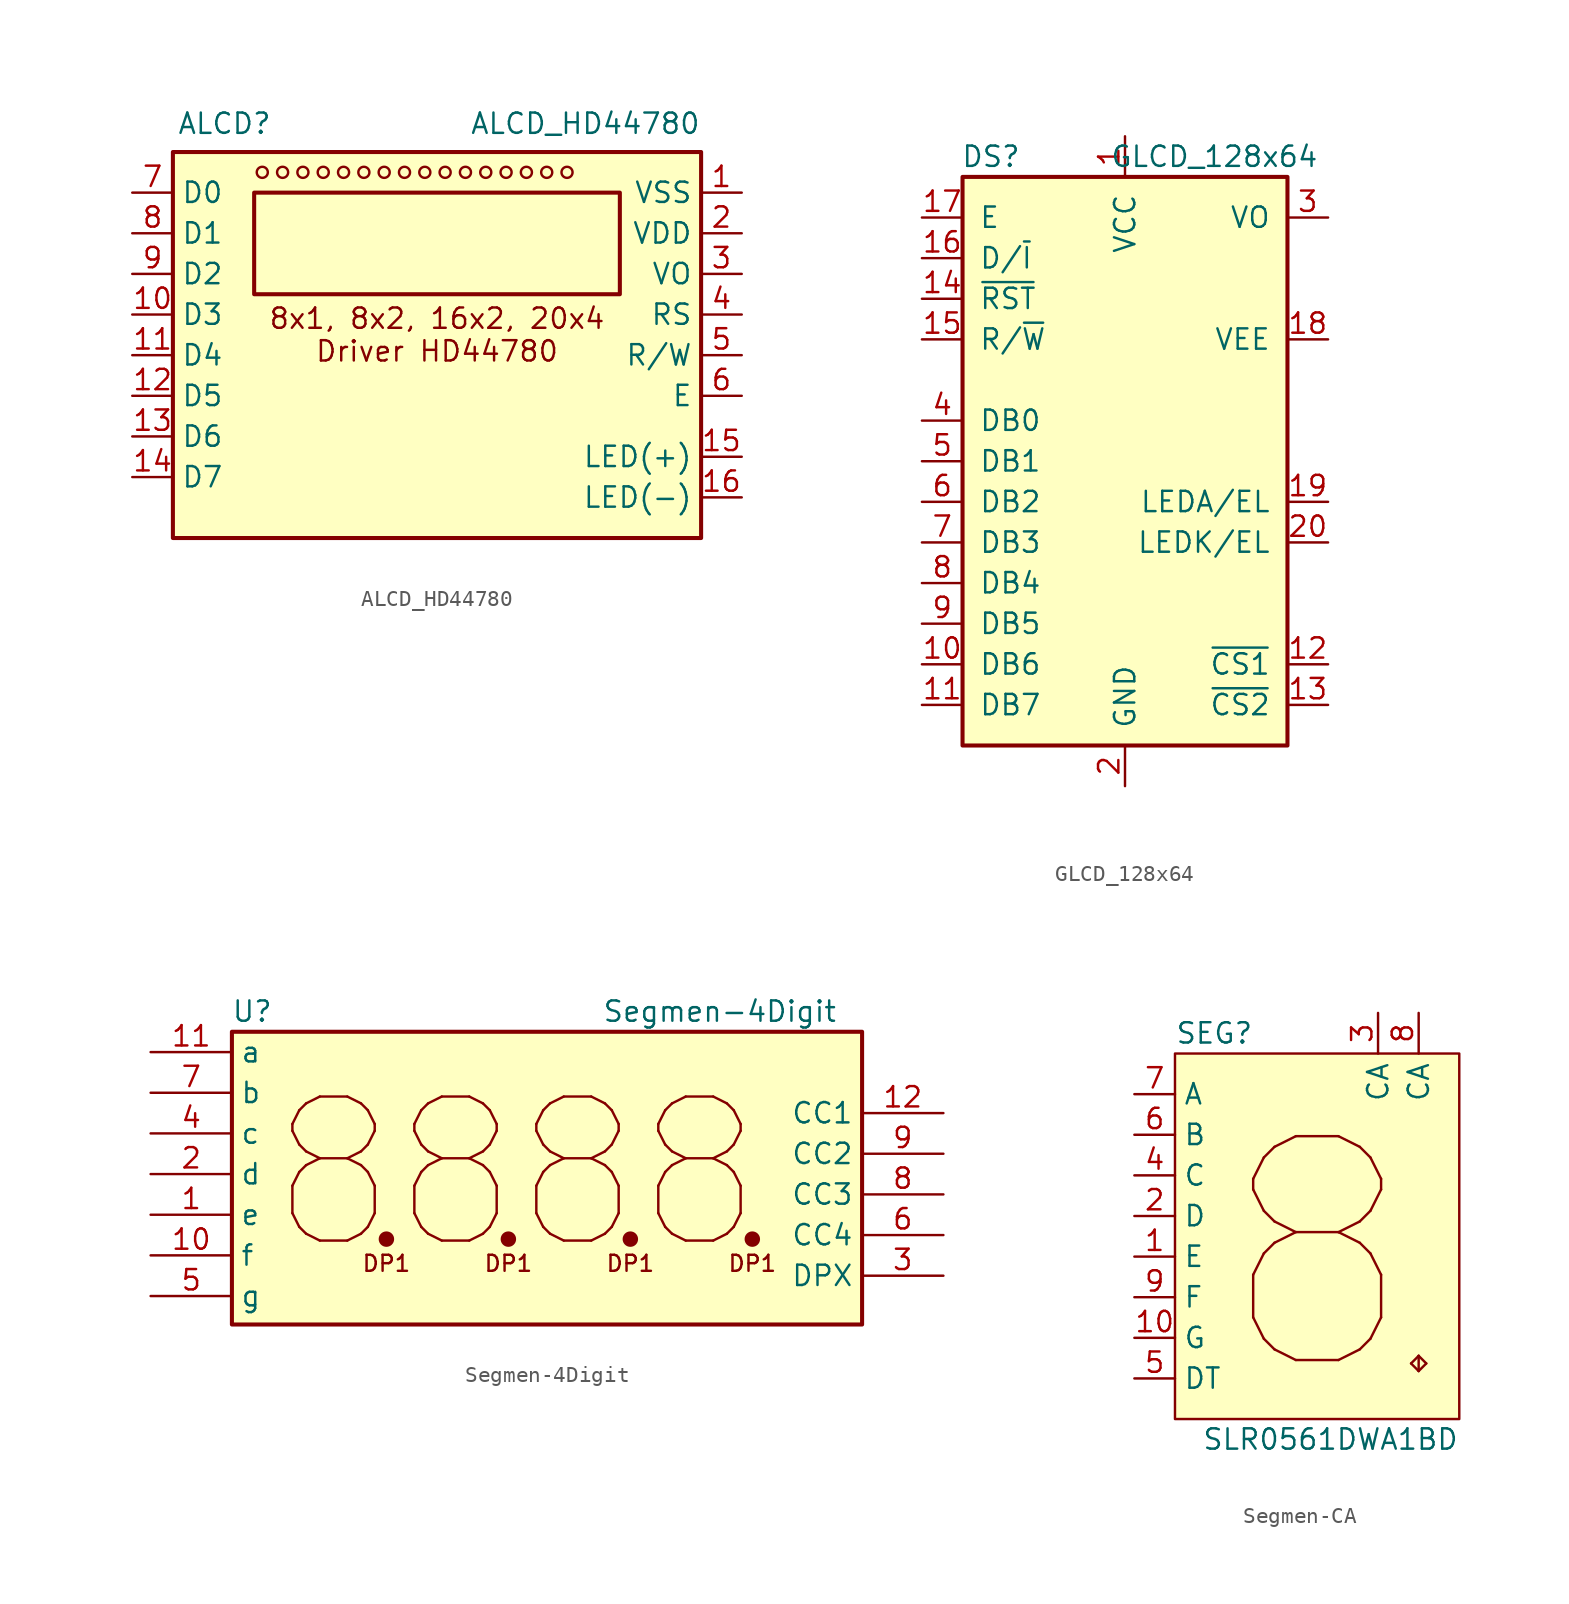
<source format=kicad_sym>
(kicad_symbol_lib
  (version 20220914)
  (generator kicad_symbol_editor)
  (symbol "ALCD_HD44780"
    (property "Reference" "ALCD"
      (at -16.256 14.478 0)
      (do_not_autoplace)
      (effects (font (size 1.27 1.27)) (justify left)))
    (property "Value" "ALCD_HD44780"
      (at 16.51 14.478 0)
      (do_not_autoplace)
      (effects (font (size 1.27 1.27)) (justify right)))
    (symbol "ALCD_HD44780_0_1"
      (circle (center -10.922 11.43) (radius 0.346) (stroke (width 0) (type default)) (fill (type none)))
      (circle (center -9.652 11.43) (radius 0.346) (stroke (width 0) (type default)) (fill (type none)))
      (circle (center -8.382 11.43) (radius 0.346) (stroke (width 0) (type default)) (fill (type none)))
      (circle (center -7.112 11.43) (radius 0.346) (stroke (width 0) (type default)) (fill (type none)))
      (circle (center -5.842 11.43) (radius 0.346) (stroke (width 0) (type default)) (fill (type none)))
      (circle (center -4.572 11.43) (radius 0.346) (stroke (width 0) (type default)) (fill (type none)))
      (circle (center -3.302 11.43) (radius 0.346) (stroke (width 0) (type default)) (fill (type none)))
      (circle (center -2.032 11.43) (radius 0.346) (stroke (width 0) (type default)) (fill (type none)))
      (circle (center -0.762 11.43) (radius 0.346) (stroke (width 0) (type default)) (fill (type none)))
      (circle (center 0.508 11.43) (radius 0.346) (stroke (width 0) (type default)) (fill (type none)))
      (circle (center 1.778 11.43) (radius 0.346) (stroke (width 0) (type default)) (fill (type none)))
      (circle (center 3.048 11.43) (radius 0.346) (stroke (width 0) (type default)) (fill (type none)))
      (circle (center 4.318 11.43) (radius 0.346) (stroke (width 0) (type default)) (fill (type none)))
      (circle (center 5.588 11.43) (radius 0.346) (stroke (width 0) (type default)) (fill (type none)))
      (circle (center 6.858 11.43) (radius 0.346) (stroke (width 0) (type default)) (fill (type none)))
      (circle (center 8.128 11.43) (radius 0.346) (stroke (width 0) (type default)) (fill (type none))))
    (symbol "ALCD_HD44780_1_1"
      (rectangle (start -16.51 12.7) (end 16.51 -11.43) (stroke (width 0.254) (type default)) (fill (type background)))
      (rectangle (start -11.43 10.16) (end 11.43 3.81) (stroke (width 0.254) (type default)) (fill (type none)))
      (text "8x1, 8x2, 16x2, 20x4\nDriver HD44780" (at 0 1.27 0) (effects (font (size 1.27 1.27))))
      (pin power_in line (at 19.05 10.16 180) (length 2.54) (name "VSS" (effects (font (size 1.27 1.27)))) (number "1" (effects (font (size 1.27 1.27)))))
      (pin input line (at -19.05 2.54 0) (length 2.54) (name "D3" (effects (font (size 1.27 1.27)))) (number "10" (effects (font (size 1.27 1.27)))))
      (pin input line (at -19.05 0 0) (length 2.54) (name "D4" (effects (font (size 1.27 1.27)))) (number "11" (effects (font (size 1.27 1.27)))))
      (pin input line (at -19.05 -2.54 0) (length 2.54) (name "D5" (effects (font (size 1.27 1.27)))) (number "12" (effects (font (size 1.27 1.27)))))
      (pin input line (at -19.05 -5.08 0) (length 2.54) (name "D6" (effects (font (size 1.27 1.27)))) (number "13" (effects (font (size 1.27 1.27)))))
      (pin input line (at -19.05 -7.62 0) (length 2.54) (name "D7" (effects (font (size 1.27 1.27)))) (number "14" (effects (font (size 1.27 1.27)))))
      (pin power_in line (at 19.05 -6.35 180) (length 2.54) (name "LED(+)" (effects (font (size 1.27 1.27)))) (number "15" (effects (font (size 1.27 1.27)))))
      (pin power_in line (at 19.05 -8.89 180) (length 2.54) (name "LED(-)" (effects (font (size 1.27 1.27)))) (number "16" (effects (font (size 1.27 1.27)))))
      (pin power_in line (at 19.05 7.62 180) (length 2.54) (name "VDD" (effects (font (size 1.27 1.27)))) (number "2" (effects (font (size 1.27 1.27)))))
      (pin input line (at 19.05 5.08 180) (length 2.54) (name "VO" (effects (font (size 1.27 1.27)))) (number "3" (effects (font (size 1.27 1.27)))))
      (pin input line (at 19.05 2.54 180) (length 2.54) (name "RS" (effects (font (size 1.27 1.27)))) (number "4" (effects (font (size 1.27 1.27)))))
      (pin input line (at 19.05 0 180) (length 2.54) (name "R/W" (effects (font (size 1.27 1.27)))) (number "5" (effects (font (size 1.27 1.27)))))
      (pin input line (at 19.05 -2.54 180) (length 2.54) (name "E" (effects (font (size 1.27 1.27)))) (number "6" (effects (font (size 1.27 1.27)))))
      (pin input line (at -19.05 10.16 0) (length 2.54) (name "D0" (effects (font (size 1.27 1.27)))) (number "7" (effects (font (size 1.27 1.27)))))
      (pin input line (at -19.05 7.62 0) (length 2.54) (name "D1" (effects (font (size 1.27 1.27)))) (number "8" (effects (font (size 1.27 1.27)))))
      (pin input line (at -19.05 5.08 0) (length 2.54) (name "D2" (effects (font (size 1.27 1.27)))) (number "9" (effects (font (size 1.27 1.27)))))))
  (symbol "GLCD_128x64"
    (pin_names
      (offset 1.016))
    (property "Reference" "DS"
      (at -8.382 19.05 0)
      (effects (font (size 1.27 1.27))))
    (property "Value" "GLCD_128x64"
      (at 5.588 19.05 0)
      (effects (font (size 1.27 1.27))))
    (symbol "GLCD_128x64_1_1"
      (rectangle (start -10.16 17.78) (end 10.16 -17.78) (stroke (width 0.254) (type default)) (fill (type background)))
      (pin power_in line (at 0 20.32 270) (length 2.54) (name "VCC" (effects (font (size 1.27 1.27)))) (number "1" (effects (font (size 1.27 1.27)))))
      (pin bidirectional line (at -12.7 -12.7 0) (length 2.54) (name "DB6" (effects (font (size 1.27 1.27)))) (number "10" (effects (font (size 1.27 1.27)))))
      (pin bidirectional line (at -12.7 -15.24 0) (length 2.54) (name "DB7" (effects (font (size 1.27 1.27)))) (number "11" (effects (font (size 1.27 1.27)))))
      (pin input line (at 12.7 -12.7 180) (length 2.54) (name "~{CS1}" (effects (font (size 1.27 1.27)))) (number "12" (effects (font (size 1.27 1.27)))))
      (pin input line (at 12.7 -15.24 180) (length 2.54) (name "~{CS2}" (effects (font (size 1.27 1.27)))) (number "13" (effects (font (size 1.27 1.27)))))
      (pin input line (at -12.7 10.16 0) (length 2.54) (name "~{RST}" (effects (font (size 1.27 1.27)))) (number "14" (effects (font (size 1.27 1.27)))))
      (pin input line (at -12.7 7.62 0) (length 2.54) (name "R/~{W}" (effects (font (size 1.27 1.27)))) (number "15" (effects (font (size 1.27 1.27)))))
      (pin input line (at -12.7 12.7 0) (length 2.54) (name "D/~{I}" (effects (font (size 1.27 1.27)))) (number "16" (effects (font (size 1.27 1.27)))))
      (pin input line (at -12.7 15.24 0) (length 2.54) (name "E" (effects (font (size 1.27 1.27)))) (number "17" (effects (font (size 1.27 1.27)))))
      (pin passive line (at 12.7 7.62 180) (length 2.54) (name "VEE" (effects (font (size 1.27 1.27)))) (number "18" (effects (font (size 1.27 1.27)))))
      (pin passive line (at 12.7 -2.54 180) (length 2.54) (name "LEDA/EL" (effects (font (size 1.27 1.27)))) (number "19" (effects (font (size 1.27 1.27)))))
      (pin power_in line (at 0 -20.32 90) (length 2.54) (name "GND" (effects (font (size 1.27 1.27)))) (number "2" (effects (font (size 1.27 1.27)))))
      (pin passive line (at 12.7 -5.08 180) (length 2.54) (name "LEDK/EL" (effects (font (size 1.27 1.27)))) (number "20" (effects (font (size 1.27 1.27)))))
      (pin passive line (at 12.7 15.24 180) (length 2.54) (name "VO" (effects (font (size 1.27 1.27)))) (number "3" (effects (font (size 1.27 1.27)))))
      (pin bidirectional line (at -12.7 2.54 0) (length 2.54) (name "DB0" (effects (font (size 1.27 1.27)))) (number "4" (effects (font (size 1.27 1.27)))))
      (pin bidirectional line (at -12.7 0 0) (length 2.54) (name "DB1" (effects (font (size 1.27 1.27)))) (number "5" (effects (font (size 1.27 1.27)))))
      (pin bidirectional line (at -12.7 -2.54 0) (length 2.54) (name "DB2" (effects (font (size 1.27 1.27)))) (number "6" (effects (font (size 1.27 1.27)))))
      (pin bidirectional line (at -12.7 -5.08 0) (length 2.54) (name "DB3" (effects (font (size 1.27 1.27)))) (number "7" (effects (font (size 1.27 1.27)))))
      (pin bidirectional line (at -12.7 -7.62 0) (length 2.54) (name "DB4" (effects (font (size 1.27 1.27)))) (number "8" (effects (font (size 1.27 1.27)))))
      (pin bidirectional line (at -12.7 -10.16 0) (length 2.54) (name "DB5" (effects (font (size 1.27 1.27)))) (number "9" (effects (font (size 1.27 1.27)))))))
  (symbol "Segmen-4Digit"
    (property "Reference" "U"
      (at -16.51 11.43 0)
      (do_not_autoplace)
      (effects (font (size 1.27 1.27))))
    (property "Value" "Segmen-4Digit"
      (at 12.7 11.43 0)
      (do_not_autoplace)
      (effects (font (size 1.27 1.27))))
    (symbol "Segmen-4Digit_0_1"
      (circle (center -8.128 -2.794) (radius 0.356) (stroke (width 0.254) (type default)) (fill (type outline)))
      (circle (center -0.508 -2.794) (radius 0.356) (stroke (width 0.254) (type default)) (fill (type outline)))
      (circle (center 7.112 -2.794) (radius 0.356) (stroke (width 0.254) (type default)) (fill (type outline)))
      (circle (center 14.732 -2.794) (radius 0.356) (stroke (width 0.254) (type default)) (fill (type outline))))
    (symbol "Segmen-4Digit_1_0"
      (rectangle (start -17.78 10.16) (end 21.59 -8.128) (stroke (width 0.254) (type default)) (fill (type background)))
      (text "8" (at -11.43 1.27 0) (effects (font (size 9 9))))
      (text "8" (at -3.81 1.27 0) (effects (font (size 9 9))))
      (text "8" (at 3.81 1.27 0) (effects (font (size 9 9))))
      (text "8" (at 11.43 1.27 0) (effects (font (size 9 9))))
      (text "DP1" (at -8.128 -4.318 0) (effects (font (size 1 1))))
      (text "DP1" (at -0.508 -4.318 0) (effects (font (size 1 1))))
      (text "DP1" (at 7.112 -4.318 0) (effects (font (size 1 1))))
      (text "DP1" (at 14.732 -4.318 0) (effects (font (size 1 1)))))
    (symbol "Segmen-4Digit_1_1"
      (pin input line (at -22.86 -1.27 0) (length 5.08) (name "e" (effects (font (size 1.27 1.27)))) (number "1" (effects (font (size 1.27 1.27)))))
      (pin input line (at -22.86 -3.81 0) (length 5.08) (name "f" (effects (font (size 1.27 1.27)))) (number "10" (effects (font (size 1.27 1.27)))))
      (pin input line (at -22.86 8.89 0) (length 5.08) (name "a" (effects (font (size 1.27 1.27)))) (number "11" (effects (font (size 1.27 1.27)))))
      (pin input line (at 26.67 5.08 180) (length 5.08) (name "CC1" (effects (font (size 1.27 1.27)))) (number "12" (effects (font (size 1.27 1.27)))))
      (pin input line (at -22.86 1.27 0) (length 5.08) (name "d" (effects (font (size 1.27 1.27)))) (number "2" (effects (font (size 1.27 1.27)))))
      (pin input line (at 26.67 -5.08 180) (length 5.08) (name "DPX" (effects (font (size 1.27 1.27)))) (number "3" (effects (font (size 1.27 1.27)))))
      (pin input line (at -22.86 3.81 0) (length 5.08) (name "c" (effects (font (size 1.27 1.27)))) (number "4" (effects (font (size 1.27 1.27)))))
      (pin input line (at -22.86 -6.35 0) (length 5.08) (name "g" (effects (font (size 1.27 1.27)))) (number "5" (effects (font (size 1.27 1.27)))))
      (pin input line (at 26.67 -2.54 180) (length 5.08) (name "CC4" (effects (font (size 1.27 1.27)))) (number "6" (effects (font (size 1.27 1.27)))))
      (pin input line (at -22.86 6.35 0) (length 5.08) (name "b" (effects (font (size 1.27 1.27)))) (number "7" (effects (font (size 1.27 1.27)))))
      (pin input line (at 26.67 0 180) (length 5.08) (name "CC3" (effects (font (size 1.27 1.27)))) (number "8" (effects (font (size 1.27 1.27)))))
      (pin input line (at 26.67 2.54 180) (length 5.08) (name "CC2" (effects (font (size 1.27 1.27)))) (number "9" (effects (font (size 1.27 1.27)))))))
  (symbol "Segmen-CA"
    (property "Reference" "SEG"
      (at -8.89 12.7 0)
      (do_not_autoplace)
      (effects (font (size 1.27 1.27)) (justify left)))
    (property "Value" "SLR0561DWA1BD"
      (at 8.89 -12.7 0)
      (do_not_autoplace)
      (effects (font (size 1.27 1.27)) (justify right)))
    (symbol "Segmen-CA_1_1"
      (rectangle (start -8.89 11.43) (end 8.89 -11.43) (stroke (width 0) (type default)) (fill (type background)))
      (text "." (at 6.35 -3.81 0) (effects (font (size 10 10))))
      (text "8" (at 0 -1.27 0) (effects (font (size 14 14))))
      (pin input line (at -11.43 -1.27 0) (length 2.54) (name "E" (effects (font (size 1.27 1.27)))) (number "1" (effects (font (size 1.27 1.27)))))
      (pin input line (at -11.43 -6.35 0) (length 2.54) (name "G" (effects (font (size 1.27 1.27)))) (number "10" (effects (font (size 1.27 1.27)))))
      (pin input line (at -11.43 1.27 0) (length 2.54) (name "D" (effects (font (size 1.27 1.27)))) (number "2" (effects (font (size 1.27 1.27)))))
      (pin input line (at 3.81 13.97 270) (length 2.54) (name "CA" (effects (font (size 1.27 1.27)))) (number "3" (effects (font (size 1.27 1.27)))))
      (pin input line (at -11.43 3.81 0) (length 2.54) (name "C" (effects (font (size 1.27 1.27)))) (number "4" (effects (font (size 1.27 1.27)))))
      (pin input line (at -11.43 -8.89 0) (length 2.54) (name "DT" (effects (font (size 1.27 1.27)))) (number "5" (effects (font (size 1.27 1.27)))))
      (pin input line (at -11.43 6.35 0) (length 2.54) (name "B" (effects (font (size 1.27 1.27)))) (number "6" (effects (font (size 1.27 1.27)))))
      (pin input line (at -11.43 8.89 0) (length 2.54) (name "A" (effects (font (size 1.27 1.27)))) (number "7" (effects (font (size 1.27 1.27)))))
      (pin input line (at 6.35 13.97 270) (length 2.54) (name "CA" (effects (font (size 1.27 1.27)))) (number "8" (effects (font (size 1.27 1.27)))))
      (pin input line (at -11.43 -3.81 0) (length 2.54) (name "F" (effects (font (size 1.27 1.27)))) (number "9" (effects (font (size 1.27 1.27))))))))
</source>
